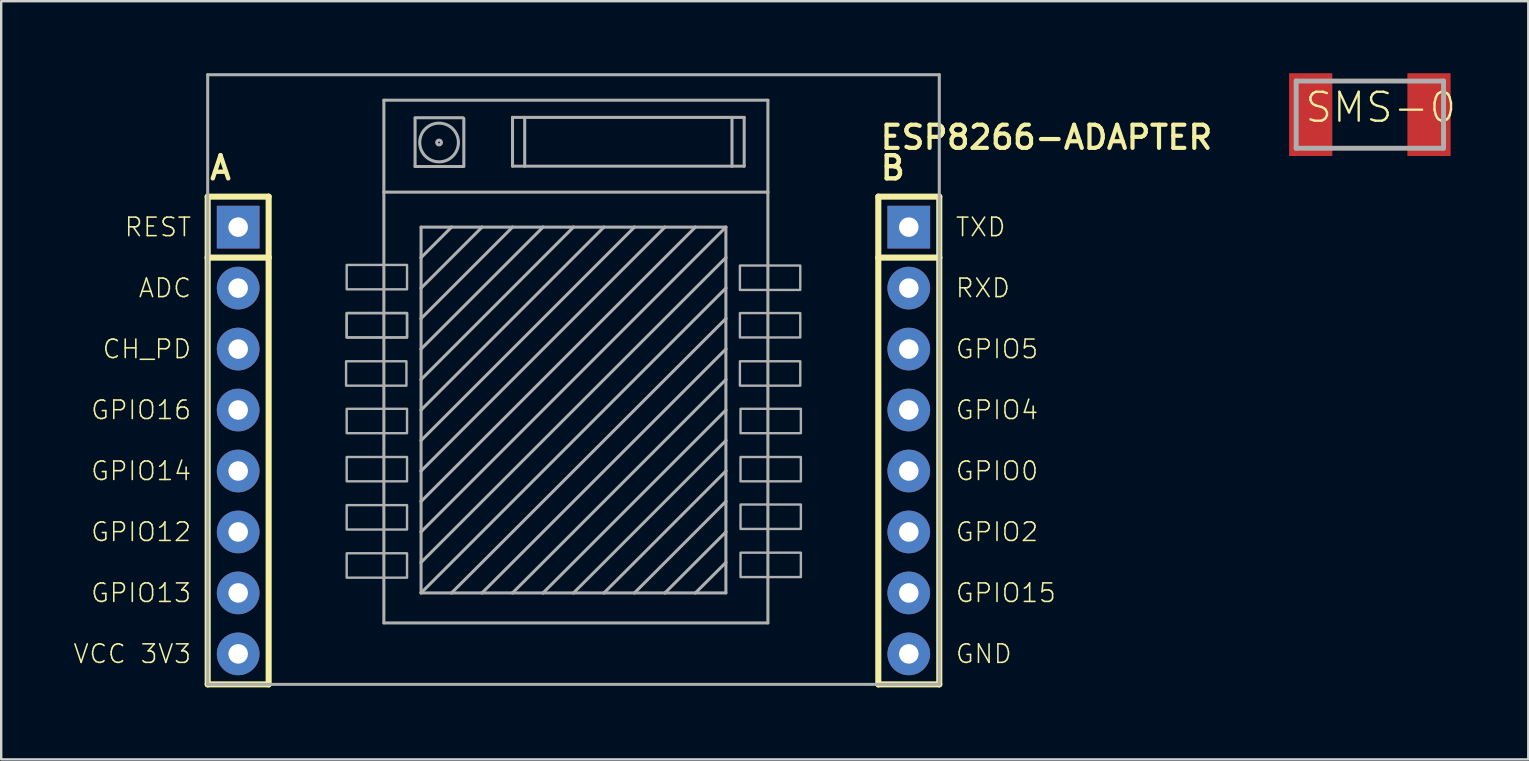
<source format=kicad_pcb>
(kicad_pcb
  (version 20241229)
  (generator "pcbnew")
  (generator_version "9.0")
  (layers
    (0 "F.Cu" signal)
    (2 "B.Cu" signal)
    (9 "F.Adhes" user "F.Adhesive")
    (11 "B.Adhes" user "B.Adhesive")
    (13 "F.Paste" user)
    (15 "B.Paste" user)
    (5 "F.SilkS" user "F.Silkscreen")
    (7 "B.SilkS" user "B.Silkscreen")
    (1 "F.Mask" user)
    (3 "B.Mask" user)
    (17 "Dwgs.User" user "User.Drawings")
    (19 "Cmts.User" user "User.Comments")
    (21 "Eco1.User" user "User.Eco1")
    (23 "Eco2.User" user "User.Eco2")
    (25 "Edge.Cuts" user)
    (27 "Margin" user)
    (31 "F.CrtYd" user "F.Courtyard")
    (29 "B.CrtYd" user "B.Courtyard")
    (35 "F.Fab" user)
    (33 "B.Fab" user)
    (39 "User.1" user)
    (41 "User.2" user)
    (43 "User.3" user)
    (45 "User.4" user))
  (footprint "SMS-0"
    (layer "F.Cu")
    (at 54.023 1.725)
    (property "Reference" "SMS-0" (at -2.769 0.406 0) (layer "F.SilkS") (effects (font (size 1.206 1.206) (thickness 0.097)) (justify left bottom)))
    (attr through_hole)
    (fp_line (start -3.07 -1.4) (end 3.07 -1.4) (stroke (width 0.203) (type solid)) (layer "F.Fab"))
    (fp_line (start -3.07 1.4) (end -3.07 -1.4) (stroke (width 0.203) (type solid)) (layer "F.Fab"))
    (fp_line (start 3.07 -1.4) (end 3.07 1.4) (stroke (width 0.203) (type solid)) (layer "F.Fab"))
    (fp_line (start 3.07 1.4) (end -3.07 1.4) (stroke (width 0.203) (type solid)) (layer "F.Fab"))
    (pad "1" smd rect (at 2.464 0) (size 1.8 3.45) (layers "F.Cu" "F.Mask" "F.Paste"))
    (pad "2" smd rect (at -2.464 0) (size 1.8 3.45) (layers "F.Cu" "F.Mask" "F.Paste")))
  (footprint "ESP8266-ADAPTER"
    (layer "F.Cu")
    (at 20.843 15.303)
    (property "Reference" "ESP8266-ADAPTER" (at 12.7 -12.065 0) (layer "F.SilkS") (effects (font (size 0.965 0.965) (thickness 0.174)) (justify left bottom)))
    (attr through_hole)
    (fp_line (start -15.24 -10.16) (end -15.24 -7.62) (stroke (width 0.254) (type solid)) (layer "F.SilkS"))
    (fp_line (start -15.24 -7.62) (end -15.24 10.16) (stroke (width 0.254) (type solid)) (layer "F.SilkS"))
    (fp_line (start -15.24 10.16) (end -12.7 10.16) (stroke (width 0.254) (type solid)) (layer "F.SilkS"))
    (fp_line (start -12.7 -10.16) (end -15.24 -10.16) (stroke (width 0.254) (type solid)) (layer "F.SilkS"))
    (fp_line (start -12.7 -7.62) (end -15.24 -7.62) (stroke (width 0.254) (type solid)) (layer "F.SilkS"))
    (fp_line (start -12.7 -7.62) (end -12.7 -10.16) (stroke (width 0.254) (type solid)) (layer "F.SilkS"))
    (fp_line (start -12.7 10.16) (end -12.7 -7.62) (stroke (width 0.254) (type solid)) (layer "F.SilkS"))
    (fp_line (start 12.7 -10.16) (end 12.7 -7.62) (stroke (width 0.254) (type solid)) (layer "F.SilkS"))
    (fp_line (start 12.7 -7.62) (end 12.7 10.16) (stroke (width 0.254) (type solid)) (layer "F.SilkS"))
    (fp_line (start 12.7 10.16) (end 15.24 10.16) (stroke (width 0.254) (type solid)) (layer "F.SilkS"))
    (fp_line (start 15.24 -10.16) (end 12.7 -10.16) (stroke (width 0.254) (type solid)) (layer "F.SilkS"))
    (fp_line (start 15.24 -7.62) (end 12.7 -7.62) (stroke (width 0.254) (type solid)) (layer "F.SilkS"))
    (fp_line (start 15.24 -7.62) (end 15.24 -10.16) (stroke (width 0.254) (type solid)) (layer "F.SilkS"))
    (fp_line (start 15.24 10.16) (end 15.24 -7.62) (stroke (width 0.254) (type solid)) (layer "F.SilkS"))
    (fp_line (start -15.24 -15.24) (end -15.24 10.16) (stroke (width 0.127) (type solid)) (layer "F.Fab"))
    (fp_line (start -15.24 10.16) (end 15.24 10.16) (stroke (width 0.127) (type solid)) (layer "F.Fab"))
    (fp_line (start -7.9 -14.178) (end -7.9 -10.348) (stroke (width 0.127) (type solid)) (layer "F.Fab"))
    (fp_line (start -7.9 -10.348) (end -7.9 7.6) (stroke (width 0.127) (type solid)) (layer "F.Fab"))
    (fp_line (start -7.9 -10.348) (end 8.1 -10.348) (stroke (width 0.127) (type solid)) (layer "F.Fab"))
    (fp_line (start -7.9 7.6) (end 8.1 7.6) (stroke (width 0.127) (type solid)) (layer "F.Fab"))
    (fp_line (start -6.6 -13.448) (end -4.6 -13.448) (stroke (width 0.127) (type solid)) (layer "F.Fab"))
    (fp_line (start -6.6 -13.416) (end -6.6 -11.416) (stroke (width 0.127) (type solid)) (layer "F.Fab"))
    (fp_line (start -6.6 -11.416) (end -4.6 -11.416) (stroke (width 0.127) (type solid)) (layer "F.Fab"))
    (fp_line (start -6.35 -8.89) (end -5.08 -8.89) (stroke (width 0.127) (type solid)) (layer "F.Fab"))
    (fp_line (start -6.35 -7.62) (end -6.35 -8.89) (stroke (width 0.127) (type solid)) (layer "F.Fab"))
    (fp_line (start -6.35 -7.62) (end -5.08 -8.89) (stroke (width 0.127) (type solid)) (layer "F.Fab"))
    (fp_line (start -6.35 -6.35) (end -6.35 -7.62) (stroke (width 0.127) (type solid)) (layer "F.Fab"))
    (fp_line (start -6.35 -6.35) (end -3.81 -8.89) (stroke (width 0.127) (type solid)) (layer "F.Fab"))
    (fp_line (start -6.35 -5.08) (end -6.35 -6.35) (stroke (width 0.127) (type solid)) (layer "F.Fab"))
    (fp_line (start -6.35 -5.08) (end -2.54 -8.89) (stroke (width 0.127) (type solid)) (layer "F.Fab"))
    (fp_line (start -6.35 -3.81) (end -6.35 -5.08) (stroke (width 0.127) (type solid)) (layer "F.Fab"))
    (fp_line (start -6.35 -3.81) (end -1.27 -8.89) (stroke (width 0.127) (type solid)) (layer "F.Fab"))
    (fp_line (start -6.35 -2.54) (end -6.35 -3.81) (stroke (width 0.127) (type solid)) (layer "F.Fab"))
    (fp_line (start -6.35 -2.54) (end 0 -8.89) (stroke (width 0.127) (type solid)) (layer "F.Fab"))
    (fp_line (start -6.35 -1.27) (end -6.35 -2.54) (stroke (width 0.127) (type solid)) (layer "F.Fab"))
    (fp_line (start -6.35 -1.27) (end 1.27 -8.89) (stroke (width 0.127) (type solid)) (layer "F.Fab"))
    (fp_line (start -6.35 0) (end -6.35 -1.27) (stroke (width 0.127) (type solid)) (layer "F.Fab"))
    (fp_line (start -6.35 0) (end 2.54 -8.89) (stroke (width 0.127) (type solid)) (layer "F.Fab"))
    (fp_line (start -6.35 1.27) (end -6.35 0) (stroke (width 0.127) (type solid)) (layer "F.Fab"))
    (fp_line (start -6.35 2.54) (end -6.35 1.27) (stroke (width 0.127) (type solid)) (layer "F.Fab"))
    (fp_line (start -6.35 2.54) (end 5.08 -8.89) (stroke (width 0.127) (type solid)) (layer "F.Fab"))
    (fp_line (start -6.35 3.81) (end -6.35 2.54) (stroke (width 0.127) (type solid)) (layer "F.Fab"))
    (fp_line (start -6.35 5.08) (end -6.35 3.81) (stroke (width 0.127) (type solid)) (layer "F.Fab"))
    (fp_line (start -6.35 5.08) (end 6.35 -7.62) (stroke (width 0.127) (type solid)) (layer "F.Fab"))
    (fp_line (start -6.35 6.35) (end -6.35 5.08) (stroke (width 0.127) (type solid)) (layer "F.Fab"))
    (fp_line (start -5.08 -8.89) (end -3.81 -8.89) (stroke (width 0.127) (type solid)) (layer "F.Fab"))
    (fp_line (start -5.08 6.35) (end -6.35 6.35) (stroke (width 0.127) (type solid)) (layer "F.Fab"))
    (fp_line (start -5.08 6.35) (end 6.35 -5.08) (stroke (width 0.127) (type solid)) (layer "F.Fab"))
    (fp_line (start -4.568 -13.416) (end -4.568 -11.416) (stroke (width 0.127) (type solid)) (layer "F.Fab"))
    (fp_line (start -3.81 -8.89) (end -2.54 -8.89) (stroke (width 0.127) (type solid)) (layer "F.Fab"))
    (fp_line (start -3.81 6.35) (end -5.08 6.35) (stroke (width 0.127) (type solid)) (layer "F.Fab"))
    (fp_line (start -2.54 -13.462) (end -2.54 -11.43) (stroke (width 0.127) (type solid)) (layer "F.Fab"))
    (fp_line (start -2.54 -11.43) (end -2.032 -11.43) (stroke (width 0.127) (type solid)) (layer "F.Fab"))
    (fp_line (start -2.54 -8.89) (end -1.27 -8.89) (stroke (width 0.127) (type solid)) (layer "F.Fab"))
    (fp_line (start -2.54 6.35) (end -3.81 6.35) (stroke (width 0.127) (type solid)) (layer "F.Fab"))
    (fp_line (start -2.54 6.35) (end 6.35 -2.54) (stroke (width 0.127) (type solid)) (layer "F.Fab"))
    (fp_line (start -2.032 -13.462) (end -2.54 -13.462) (stroke (width 0.127) (type solid)) (layer "F.Fab"))
    (fp_line (start -2.032 -13.462) (end -2.032 -11.43) (stroke (width 0.127) (type solid)) (layer "F.Fab"))
    (fp_line (start -2.032 -11.43) (end 6.604 -11.43) (stroke (width 0.127) (type solid)) (layer "F.Fab"))
    (fp_line (start -1.27 -8.89) (end 0 -8.89) (stroke (width 0.127) (type solid)) (layer "F.Fab"))
    (fp_line (start -1.27 6.35) (end -2.54 6.35) (stroke (width 0.127) (type solid)) (layer "F.Fab"))
    (fp_line (start 0 -8.89) (end 1.27 -8.89) (stroke (width 0.127) (type solid)) (layer "F.Fab"))
    (fp_line (start 0 6.35) (end -1.27 6.35) (stroke (width 0.127) (type solid)) (layer "F.Fab"))
    (fp_line (start 0 6.35) (end 6.35 0) (stroke (width 0.127) (type solid)) (layer "F.Fab"))
    (fp_line (start 1.27 -8.89) (end 2.54 -8.89) (stroke (width 0.127) (type solid)) (layer "F.Fab"))
    (fp_line (start 1.27 6.35) (end 0 6.35) (stroke (width 0.127) (type solid)) (layer "F.Fab"))
    (fp_line (start 2.54 -8.89) (end 3.81 -8.89) (stroke (width 0.127) (type solid)) (layer "F.Fab"))
    (fp_line (start 2.54 6.35) (end 1.27 6.35) (stroke (width 0.127) (type solid)) (layer "F.Fab"))
    (fp_line (start 2.54 6.35) (end 6.35 2.54) (stroke (width 0.127) (type solid)) (layer "F.Fab"))
    (fp_line (start 3.81 -8.89) (end -6.35 1.27) (stroke (width 0.127) (type solid)) (layer "F.Fab"))
    (fp_line (start 3.81 -8.89) (end 5.08 -8.89) (stroke (width 0.127) (type solid)) (layer "F.Fab"))
    (fp_line (start 3.81 6.35) (end 2.54 6.35) (stroke (width 0.127) (type solid)) (layer "F.Fab"))
    (fp_line (start 5.08 -8.89) (end 6.35 -8.89) (stroke (width 0.127) (type solid)) (layer "F.Fab"))
    (fp_line (start 5.08 6.35) (end 3.81 6.35) (stroke (width 0.127) (type solid)) (layer "F.Fab"))
    (fp_line (start 5.08 6.35) (end 6.35 5.08) (stroke (width 0.127) (type solid)) (layer "F.Fab"))
    (fp_line (start 6.35 -8.89) (end -6.35 3.81) (stroke (width 0.127) (type solid)) (layer "F.Fab"))
    (fp_line (start 6.35 -8.89) (end 6.35 -7.62) (stroke (width 0.127) (type solid)) (layer "F.Fab"))
    (fp_line (start 6.35 -7.62) (end 6.35 -6.35) (stroke (width 0.127) (type solid)) (layer "F.Fab"))
    (fp_line (start 6.35 -6.35) (end -6.35 6.35) (stroke (width 0.127) (type solid)) (layer "F.Fab"))
    (fp_line (start 6.35 -6.35) (end 6.35 -5.08) (stroke (width 0.127) (type solid)) (layer "F.Fab"))
    (fp_line (start 6.35 -5.08) (end 6.35 -3.81) (stroke (width 0.127) (type solid)) (layer "F.Fab"))
    (fp_line (start 6.35 -3.81) (end -3.81 6.35) (stroke (width 0.127) (type solid)) (layer "F.Fab"))
    (fp_line (start 6.35 -3.81) (end 6.35 -2.54) (stroke (width 0.127) (type solid)) (layer "F.Fab"))
    (fp_line (start 6.35 -2.54) (end 6.35 -1.27) (stroke (width 0.127) (type solid)) (layer "F.Fab"))
    (fp_line (start 6.35 -1.27) (end -1.27 6.35) (stroke (width 0.127) (type solid)) (layer "F.Fab"))
    (fp_line (start 6.35 -1.27) (end 6.35 0) (stroke (width 0.127) (type solid)) (layer "F.Fab"))
    (fp_line (start 6.35 0) (end 6.35 1.27) (stroke (width 0.127) (type solid)) (layer "F.Fab"))
    (fp_line (start 6.35 1.27) (end 1.27 6.35) (stroke (width 0.127) (type solid)) (layer "F.Fab"))
    (fp_line (start 6.35 1.27) (end 6.35 2.54) (stroke (width 0.127) (type solid)) (layer "F.Fab"))
    (fp_line (start 6.35 2.54) (end 6.35 3.81) (stroke (width 0.127) (type solid)) (layer "F.Fab"))
    (fp_line (start 6.35 3.81) (end 3.81 6.35) (stroke (width 0.127) (type solid)) (layer "F.Fab"))
    (fp_line (start 6.35 3.81) (end 6.35 5.08) (stroke (width 0.127) (type solid)) (layer "F.Fab"))
    (fp_line (start 6.35 5.08) (end 6.35 6.35) (stroke (width 0.127) (type solid)) (layer "F.Fab"))
    (fp_line (start 6.35 6.35) (end 5.08 6.35) (stroke (width 0.127) (type solid)) (layer "F.Fab"))
    (fp_line (start 6.604 -13.462) (end -2.032 -13.462) (stroke (width 0.127) (type solid)) (layer "F.Fab"))
    (fp_line (start 6.604 -13.462) (end 6.604 -11.43) (stroke (width 0.127) (type solid)) (layer "F.Fab"))
    (fp_line (start 6.604 -11.43) (end 7.112 -11.43) (stroke (width 0.127) (type solid)) (layer "F.Fab"))
    (fp_line (start 7.112 -13.462) (end 6.604 -13.462) (stroke (width 0.127) (type solid)) (layer "F.Fab"))
    (fp_line (start 7.112 -11.43) (end 7.112 -13.462) (stroke (width 0.127) (type solid)) (layer "F.Fab"))
    (fp_line (start 8.1 -14.178) (end -7.9 -14.178) (stroke (width 0.127) (type solid)) (layer "F.Fab"))
    (fp_line (start 8.1 -10.348) (end 8.1 -14.178) (stroke (width 0.127) (type solid)) (layer "F.Fab"))
    (fp_line (start 8.1 7.6) (end 8.1 -10.348) (stroke (width 0.127) (type solid)) (layer "F.Fab"))
    (fp_line (start 15.24 -15.24) (end -15.24 -15.24) (stroke (width 0.127) (type solid)) (layer "F.Fab"))
    (fp_line (start 15.24 10.16) (end 15.24 -15.24) (stroke (width 0.127) (type solid)) (layer "F.Fab"))
    (fp_circle (center -5.6 -12.416) (end -5.5 -12.416) (stroke (width 0.127) (type solid)) (fill no) (layer "F.Fab"))
    (fp_circle (center -5.6 -12.416) (end -4.794 -12.416) (stroke (width 0.127) (type solid)) (fill no) (layer "F.Fab"))
    (fp_poly (pts (xy -9.474 -2.286) (xy -6.96 -2.286) (xy -6.96 -3.302) (xy -9.474 -3.302)) (stroke (width 0.1) (type solid)) (fill no) (layer "F.Fab"))
    (fp_poly (pts (xy -9.449 -6.299) (xy -6.934 -6.299) (xy -6.934 -7.315) (xy -9.449 -7.315)) (stroke (width 0.1) (type solid)) (fill no) (layer "F.Fab"))
    (fp_poly (pts (xy -9.449 -4.293) (xy -6.934 -4.293) (xy -6.934 -5.309) (xy -9.449 -5.309)) (stroke (width 0.1) (type solid)) (fill no) (layer "F.Fab"))
    (fp_poly (pts (xy -9.449 -4.293) (xy -6.934 -4.293) (xy -6.934 -5.309) (xy -9.449 -5.309)) (stroke (width 0.1) (type solid)) (fill no) (layer "F.Fab"))
    (fp_poly (pts (xy -9.449 -0.305) (xy -6.934 -0.305) (xy -6.934 -1.321) (xy -9.449 -1.321)) (stroke (width 0.1) (type solid)) (fill no) (layer "F.Fab"))
    (fp_poly (pts (xy -9.449 1.702) (xy -6.934 1.702) (xy -6.934 0.686) (xy -9.449 0.686)) (stroke (width 0.1) (type solid)) (fill no) (layer "F.Fab"))
    (fp_poly (pts (xy -9.449 3.708) (xy -6.934 3.708) (xy -6.934 2.692) (xy -9.449 2.692)) (stroke (width 0.1) (type solid)) (fill no) (layer "F.Fab"))
    (fp_poly (pts (xy -9.449 5.715) (xy -6.934 5.715) (xy -6.934 4.699) (xy -9.449 4.699)) (stroke (width 0.1) (type solid)) (fill no) (layer "F.Fab"))
    (fp_poly (pts (xy 6.934 -6.274) (xy 9.449 -6.274) (xy 9.449 -7.29) (xy 6.934 -7.29)) (stroke (width 0.1) (type solid)) (fill no) (layer "F.Fab"))
    (fp_poly (pts (xy 6.934 -4.293) (xy 9.449 -4.293) (xy 9.449 -5.309) (xy 6.934 -5.309)) (stroke (width 0.1) (type solid)) (fill no) (layer "F.Fab"))
    (fp_poly (pts (xy 6.934 -2.286) (xy 9.449 -2.286) (xy 9.449 -3.302) (xy 6.934 -3.302)) (stroke (width 0.1) (type solid)) (fill no) (layer "F.Fab"))
    (fp_poly (pts (xy 6.96 -0.305) (xy 9.474 -0.305) (xy 9.474 -1.321) (xy 6.96 -1.321)) (stroke (width 0.1) (type solid)) (fill no) (layer "F.Fab"))
    (fp_poly (pts (xy 6.96 1.702) (xy 9.474 1.702) (xy 9.474 0.686) (xy 6.96 0.686)) (stroke (width 0.1) (type solid)) (fill no) (layer "F.Fab"))
    (fp_poly (pts (xy 6.96 3.683) (xy 9.474 3.683) (xy 9.474 2.667) (xy 6.96 2.667)) (stroke (width 0.1) (type solid)) (fill no) (layer "F.Fab"))
    (fp_poly (pts (xy 6.96 5.69) (xy 9.474 5.69) (xy 9.474 4.674) (xy 6.96 4.674)) (stroke (width 0.1) (type solid)) (fill no) (layer "F.Fab"))
    (fp_text user "RXD" (at 15.875 -6.35 0) (layer "F.SilkS") (effects (font (size 0.772 0.772) (thickness 0.065)) (justify left)))
    (fp_text user "GPIO14" (at -15.875 1.27 0) (layer "F.SilkS") (effects (font (size 0.772 0.772) (thickness 0.065)) (justify right)))
    (fp_text user "GPIO4" (at 15.875 -1.27 0) (layer "F.SilkS") (effects (font (size 0.772 0.772) (thickness 0.065)) (justify left)))
    (fp_text user "GPIO5" (at 15.875 -3.81 0) (layer "F.SilkS") (effects (font (size 0.772 0.772) (thickness 0.065)) (justify left)))
    (fp_text user "B" (at 12.7 -10.795 0) (layer "F.SilkS") (effects (font (size 0.965 0.965) (thickness 0.183)) (justify left bottom)))
    (fp_text user "REST" (at -15.875 -8.89 0) (layer "F.SilkS") (effects (font (size 0.772 0.772) (thickness 0.065)) (justify right)))
    (fp_text user "GND" (at 15.875 8.89 0) (layer "F.SilkS") (effects (font (size 0.772 0.772) (thickness 0.065)) (justify left)))
    (fp_text user "GPIO12" (at -15.875 3.81 0) (layer "F.SilkS") (effects (font (size 0.772 0.772) (thickness 0.065)) (justify right)))
    (fp_text user "GPIO13" (at -15.875 6.35 0) (layer "F.SilkS") (effects (font (size 0.772 0.772) (thickness 0.065)) (justify right)))
    (fp_text user "A" (at -15.24 -10.795 0) (layer "F.SilkS") (effects (font (size 0.965 0.965) (thickness 0.183)) (justify left bottom)))
    (fp_text user "GPIO0" (at 15.875 1.27 0) (layer "F.SilkS") (effects (font (size 0.772 0.772) (thickness 0.065)) (justify left)))
    (fp_text user "VCC 3V3" (at -15.875 8.89 0) (layer "F.SilkS") (effects (font (size 0.772 0.772) (thickness 0.065)) (justify right)))
    (fp_text user "CH_PD" (at -15.875 -3.81 0) (layer "F.SilkS") (effects (font (size 0.772 0.772) (thickness 0.065)) (justify right)))
    (fp_text user "GPIO15" (at 15.875 6.35 0) (layer "F.SilkS") (effects (font (size 0.772 0.772) (thickness 0.065)) (justify left)))
    (fp_text user "GPIO16" (at -15.875 -1.27 0) (layer "F.SilkS") (effects (font (size 0.772 0.772) (thickness 0.065)) (justify right)))
    (fp_text user "ADC" (at -15.875 -6.35 0) (layer "F.SilkS") (effects (font (size 0.772 0.772) (thickness 0.065)) (justify right)))
    (fp_text user "GPIO2" (at 15.875 3.81 0) (layer "F.SilkS") (effects (font (size 0.772 0.772) (thickness 0.065)) (justify left)))
    (fp_text user "TXD" (at 15.875 -8.89 0) (layer "F.SilkS") (effects (font (size 0.772 0.772) (thickness 0.065)) (justify left)))
    (pad "1" thru_hole rect (at -13.97 -8.89) (size 1.778 1.778) (drill 0.813) (layers "*.Cu" "*.Mask"))
    (pad "2" thru_hole circle (at -13.97 -6.35) (size 1.778 1.778) (drill 0.813) (layers "*.Cu" "*.Mask"))
    (pad "3" thru_hole circle (at -13.97 -3.81) (size 1.778 1.778) (drill 0.813) (layers "*.Cu" "*.Mask"))
    (pad "4" thru_hole circle (at -13.97 -1.27) (size 1.778 1.778) (drill 0.813) (layers "*.Cu" "*.Mask"))
    (pad "5" thru_hole circle (at -13.97 1.27) (size 1.778 1.778) (drill 0.813) (layers "*.Cu" "*.Mask"))
    (pad "6" thru_hole circle (at -13.97 3.81) (size 1.778 1.778) (drill 0.813) (layers "*.Cu" "*.Mask"))
    (pad "7" thru_hole circle (at -13.97 6.35) (size 1.778 1.778) (drill 0.813) (layers "*.Cu" "*.Mask"))
    (pad "8" thru_hole circle (at -13.97 8.89) (size 1.778 1.778) (drill 0.813) (layers "*.Cu" "*.Mask"))
    (pad "9" thru_hole rect (at 13.97 -8.89) (size 1.778 1.778) (drill 0.813) (layers "*.Cu" "*.Mask"))
    (pad "10" thru_hole circle (at 13.97 -6.35) (size 1.778 1.778) (drill 0.813) (layers "*.Cu" "*.Mask"))
    (pad "11" thru_hole circle (at 13.97 -3.81) (size 1.778 1.778) (drill 0.813) (layers "*.Cu" "*.Mask"))
    (pad "12" thru_hole circle (at 13.97 -1.27) (size 1.778 1.778) (drill 0.813) (layers "*.Cu" "*.Mask"))
    (pad "13" thru_hole circle (at 13.97 1.27) (size 1.778 1.778) (drill 0.813) (layers "*.Cu" "*.Mask"))
    (pad "14" thru_hole circle (at 13.97 3.81) (size 1.778 1.778) (drill 0.813) (layers "*.Cu" "*.Mask"))
    (pad "15" thru_hole circle (at 13.97 6.35) (size 1.778 1.778) (drill 0.813) (layers "*.Cu" "*.Mask"))
    (pad "16" thru_hole circle (at 13.97 8.89) (size 1.778 1.778) (drill 0.813) (layers "*.Cu" "*.Mask")))
  (gr_rect
    (start -3 -3)
    (end 60.623 28.59)
    (stroke (width 0.1) (type default))
    (fill no)
    (layer "Edge.Cuts")))
</source>
